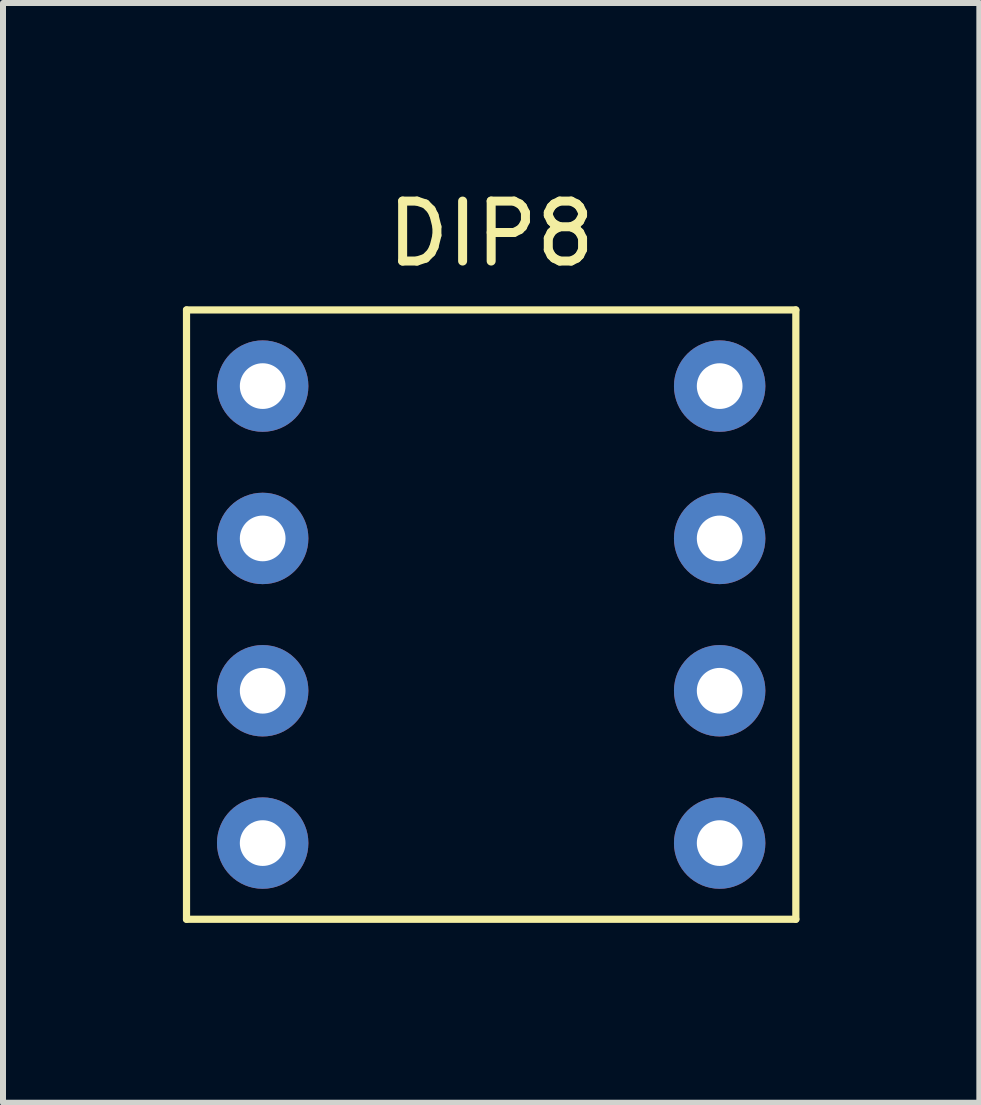
<source format=kicad_pcb>
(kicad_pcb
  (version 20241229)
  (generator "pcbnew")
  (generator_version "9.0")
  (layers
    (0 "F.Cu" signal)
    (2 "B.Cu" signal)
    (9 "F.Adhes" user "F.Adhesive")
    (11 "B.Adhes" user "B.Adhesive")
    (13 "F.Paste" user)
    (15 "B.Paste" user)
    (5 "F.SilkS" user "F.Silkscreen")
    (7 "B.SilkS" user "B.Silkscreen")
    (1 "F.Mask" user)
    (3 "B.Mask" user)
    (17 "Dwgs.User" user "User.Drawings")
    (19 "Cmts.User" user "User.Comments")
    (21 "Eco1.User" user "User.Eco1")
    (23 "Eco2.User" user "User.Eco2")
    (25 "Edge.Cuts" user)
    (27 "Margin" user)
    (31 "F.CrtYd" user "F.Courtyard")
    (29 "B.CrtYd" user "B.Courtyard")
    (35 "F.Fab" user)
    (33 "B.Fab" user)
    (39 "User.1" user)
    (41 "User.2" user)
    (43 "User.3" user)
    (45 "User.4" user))
  (footprint "DIP8"
    (layer "F.Cu")
    (at 5.14 2.118)
    (property "Reference" "DIP8" (at 0 -1.27 0) (layer "F.SilkS") (effects (font (size 1 1) (thickness 0.15))))
    (attr through_hole)
    (fp_line (start -5.08 0) (end -5.08 10.16) (stroke (width 0.12) (type solid)) (layer "F.SilkS"))
    (fp_line (start -5.08 10.16) (end 5.08 10.16) (stroke (width 0.12) (type solid)) (layer "F.SilkS"))
    (fp_line (start 5.08 0) (end -5.08 0) (stroke (width 0.12) (type solid)) (layer "F.SilkS"))
    (fp_line (start 5.08 10.16) (end 5.08 0) (stroke (width 0.12) (type solid)) (layer "F.SilkS"))
    (pad "1" thru_hole circle (at -3.81 1.27) (size 1.524 1.524) (drill 0.762) (layers "*.Cu" "*.Mask"))
    (pad "2" thru_hole circle (at -3.81 3.81) (size 1.524 1.524) (drill 0.762) (layers "*.Cu" "*.Mask"))
    (pad "3" thru_hole circle (at -3.81 6.35) (size 1.524 1.524) (drill 0.762) (layers "*.Cu" "*.Mask"))
    (pad "4" thru_hole circle (at -3.81 8.89) (size 1.524 1.524) (drill 0.762) (layers "*.Cu" "*.Mask"))
    (pad "5" thru_hole circle (at 3.81 8.89) (size 1.524 1.524) (drill 0.762) (layers "*.Cu" "*.Mask"))
    (pad "6" thru_hole circle (at 3.81 6.35) (size 1.524 1.524) (drill 0.762) (layers "*.Cu" "*.Mask"))
    (pad "7" thru_hole circle (at 3.81 3.81) (size 1.524 1.524) (drill 0.762) (layers "*.Cu" "*.Mask"))
    (pad "8" thru_hole circle (at 3.81 1.27) (size 1.524 1.524) (drill 0.762) (layers "*.Cu" "*.Mask")))
  (gr_rect
    (start -3 -3)
    (end 13.28 15.338)
    (stroke (width 0.1) (type default))
    (fill no)
    (layer "Edge.Cuts")))
</source>
